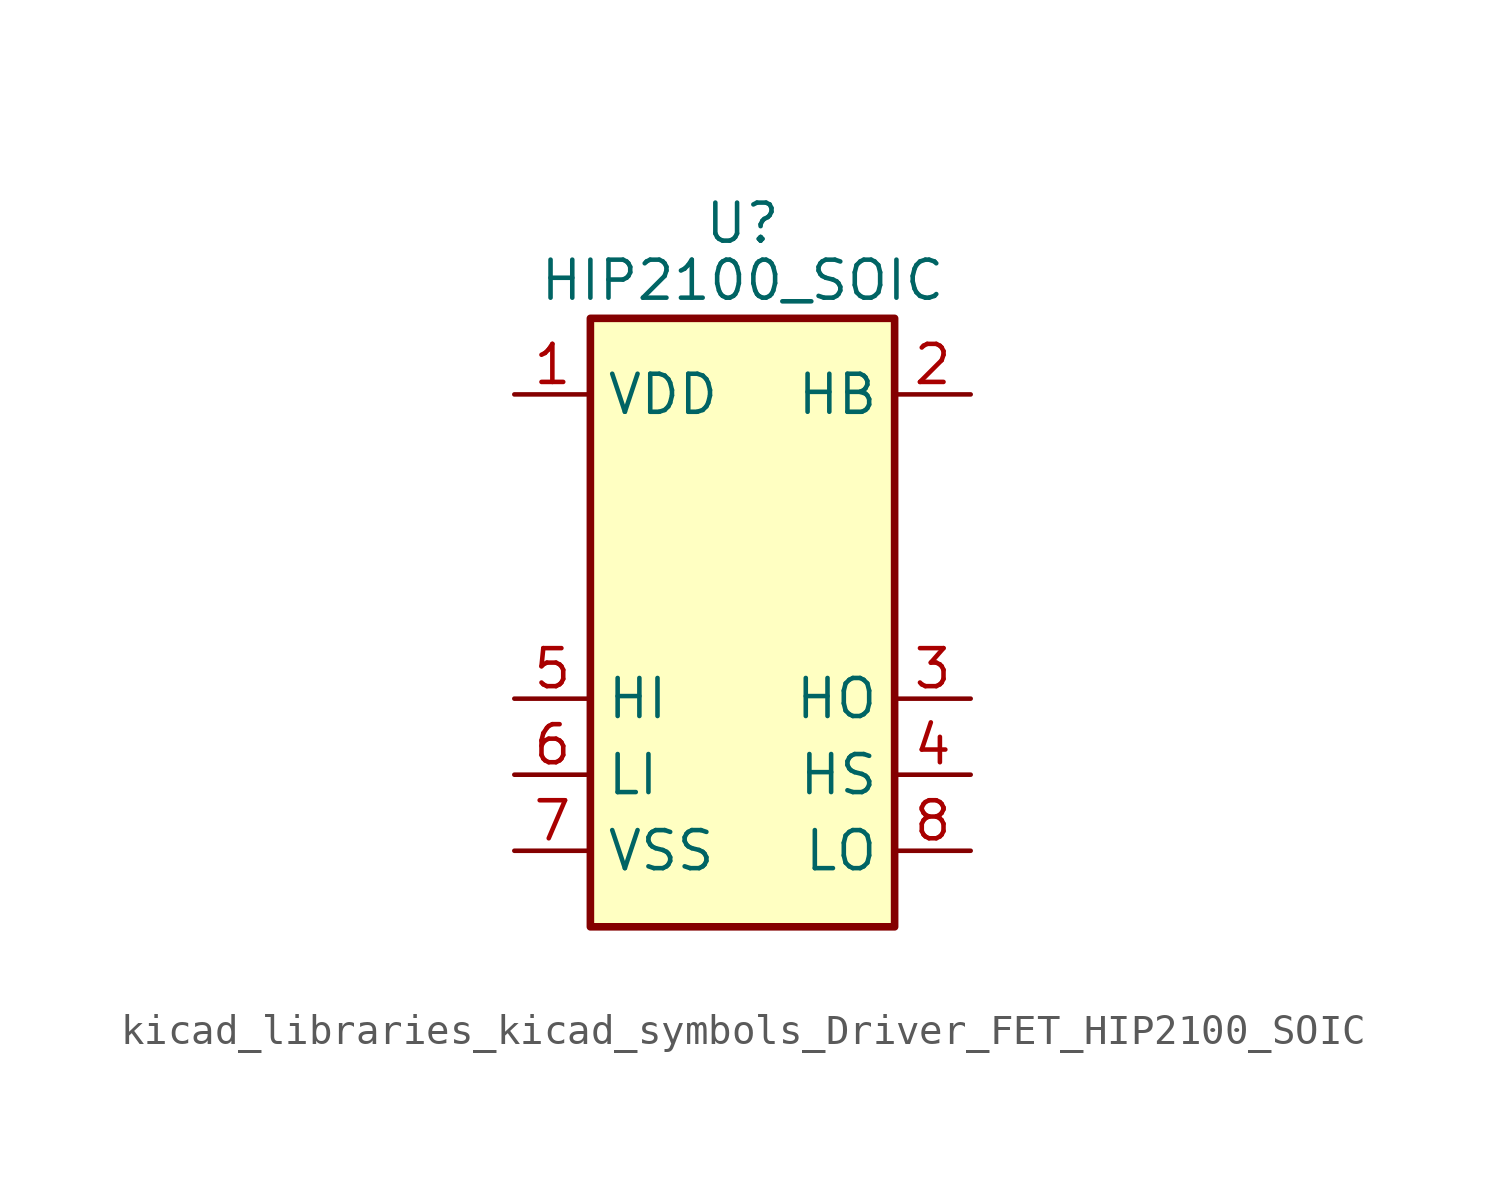
<source format=kicad_sym>
(kicad_symbol_lib
  (version 20220914)
  (generator kicad_symbol_editor)
  (symbol "kicad_libraries_kicad_symbols_Driver_FET_HIP2100_SOIC"
    (property "Reference" "U"
      (at 0 13.335 0)
      (effects (font (size 1.27 1.27))))
    (property "Value" "HIP2100_SOIC"
      (at 0 11.43 0)
      (effects (font (size 1.27 1.27))))
    (symbol "kicad_libraries_kicad_symbols_Driver_FET_HIP2100_SOIC_0_1"
      (rectangle (start -5.08 -10.16) (end 5.08 10.16) (stroke (width 0.254) (type default)) (fill (type background))))
    (symbol "kicad_libraries_kicad_symbols_Driver_FET_HIP2100_SOIC_1_1"
      (pin power_in line (at -7.62 7.62 0) (length 2.54) (name "VDD" (effects (font (size 1.27 1.27)))) (number "1" (effects (font (size 1.27 1.27)))))
      (pin passive line (at 7.62 7.62 180) (length 2.54) (name "HB" (effects (font (size 1.27 1.27)))) (number "2" (effects (font (size 1.27 1.27)))))
      (pin output line (at 7.62 -2.54 180) (length 2.54) (name "HO" (effects (font (size 1.27 1.27)))) (number "3" (effects (font (size 1.27 1.27)))))
      (pin passive line (at 7.62 -5.08 180) (length 2.54) (name "HS" (effects (font (size 1.27 1.27)))) (number "4" (effects (font (size 1.27 1.27)))))
      (pin input line (at -7.62 -2.54 0) (length 2.54) (name "HI" (effects (font (size 1.27 1.27)))) (number "5" (effects (font (size 1.27 1.27)))))
      (pin input line (at -7.62 -5.08 0) (length 2.54) (name "LI" (effects (font (size 1.27 1.27)))) (number "6" (effects (font (size 1.27 1.27)))))
      (pin power_in line (at -7.62 -7.62 0) (length 2.54) (name "VSS" (effects (font (size 1.27 1.27)))) (number "7" (effects (font (size 1.27 1.27)))))
      (pin output line (at 7.62 -7.62 180) (length 2.54) (name "LO" (effects (font (size 1.27 1.27)))) (number "8" (effects (font (size 1.27 1.27))))))))
</source>
